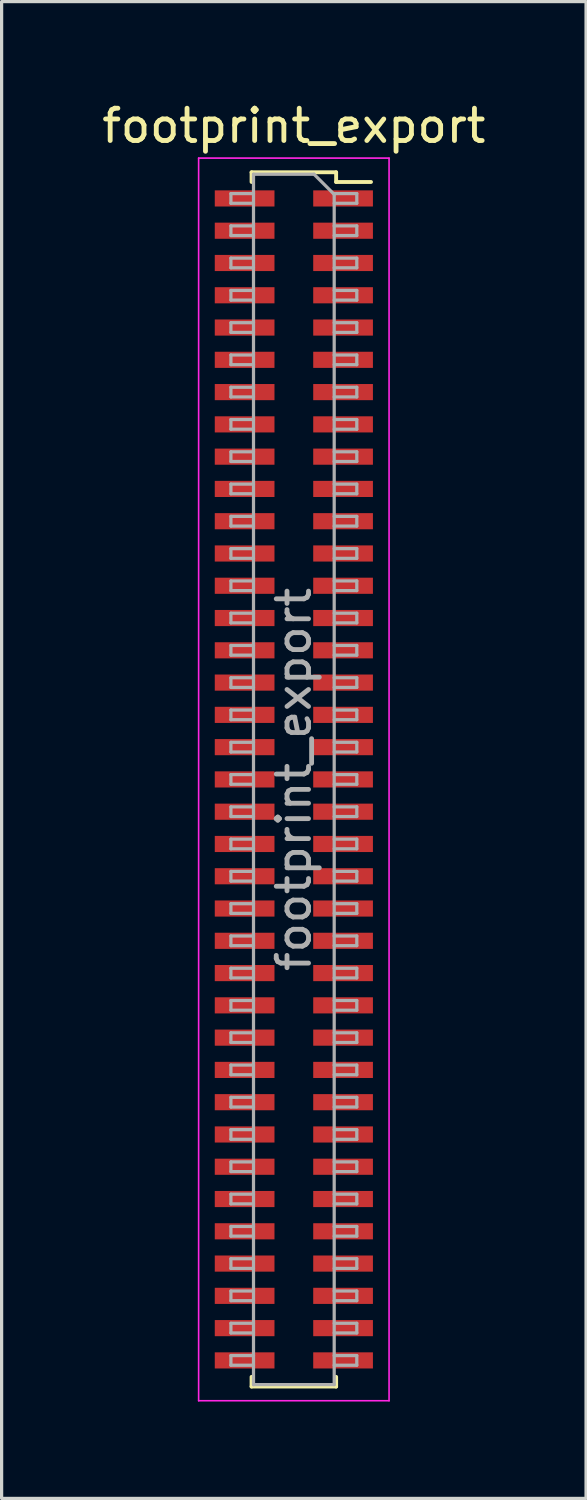
<source format=kicad_pcb>
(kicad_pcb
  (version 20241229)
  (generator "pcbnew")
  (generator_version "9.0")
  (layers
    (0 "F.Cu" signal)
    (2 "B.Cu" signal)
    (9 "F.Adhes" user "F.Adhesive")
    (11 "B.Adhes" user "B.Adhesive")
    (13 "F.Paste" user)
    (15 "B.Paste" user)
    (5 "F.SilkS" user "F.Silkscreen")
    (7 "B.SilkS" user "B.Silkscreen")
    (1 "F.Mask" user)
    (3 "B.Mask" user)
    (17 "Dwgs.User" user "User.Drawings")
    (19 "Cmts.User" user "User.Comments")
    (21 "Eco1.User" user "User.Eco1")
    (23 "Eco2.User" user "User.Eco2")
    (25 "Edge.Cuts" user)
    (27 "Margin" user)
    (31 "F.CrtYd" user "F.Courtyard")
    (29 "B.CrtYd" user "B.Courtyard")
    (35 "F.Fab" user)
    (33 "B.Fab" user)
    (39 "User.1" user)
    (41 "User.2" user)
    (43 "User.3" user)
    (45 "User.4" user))
  (footprint "footprint_export"
    (layer "F.Cu")
    (at 6.054 21.098)
    (property "Reference" "footprint_export" (at 0 -20.25 0) (layer "F.SilkS") (effects (font (size 1 1) (thickness 0.15))))
    (attr smd)
    (fp_line (start -1.31 -18.81) (end -1.31 -18.51) (stroke (width 0.12) (type solid)) (layer "F.SilkS"))
    (fp_line (start -1.31 -18.81) (end 1.31 -18.81) (stroke (width 0.12) (type solid)) (layer "F.SilkS"))
    (fp_line (start -1.31 18.51) (end -1.31 18.81) (stroke (width 0.12) (type solid)) (layer "F.SilkS"))
    (fp_line (start -1.31 18.81) (end 1.31 18.81) (stroke (width 0.12) (type solid)) (layer "F.SilkS"))
    (fp_line (start 1.31 -18.81) (end 1.31 -18.51) (stroke (width 0.12) (type solid)) (layer "F.SilkS"))
    (fp_line (start 1.31 -18.51) (end 2.39 -18.51) (stroke (width 0.12) (type solid)) (layer "F.SilkS"))
    (fp_line (start 1.31 18.51) (end 1.31 18.81) (stroke (width 0.12) (type solid)) (layer "F.SilkS"))
    (fp_line (start -2.95 -19.25) (end 2.95 -19.25) (stroke (width 0.05) (type solid)) (layer "F.CrtYd"))
    (fp_line (start -2.95 19.25) (end -2.95 -19.25) (stroke (width 0.05) (type solid)) (layer "F.CrtYd"))
    (fp_line (start 2.95 -19.25) (end 2.95 19.25) (stroke (width 0.05) (type solid)) (layer "F.CrtYd"))
    (fp_line (start 2.95 19.25) (end -2.95 19.25) (stroke (width 0.05) (type solid)) (layer "F.CrtYd"))
    (fp_line (start -1.95 -18.15) (end -1.25 -18.15) (stroke (width 0.1) (type solid)) (layer "F.Fab"))
    (fp_line (start -1.95 -17.85) (end -1.95 -18.15) (stroke (width 0.1) (type solid)) (layer "F.Fab"))
    (fp_line (start -1.95 -17.15) (end -1.25 -17.15) (stroke (width 0.1) (type solid)) (layer "F.Fab"))
    (fp_line (start -1.95 -16.85) (end -1.95 -17.15) (stroke (width 0.1) (type solid)) (layer "F.Fab"))
    (fp_line (start -1.95 -16.15) (end -1.25 -16.15) (stroke (width 0.1) (type solid)) (layer "F.Fab"))
    (fp_line (start -1.95 -15.85) (end -1.95 -16.15) (stroke (width 0.1) (type solid)) (layer "F.Fab"))
    (fp_line (start -1.95 -15.15) (end -1.25 -15.15) (stroke (width 0.1) (type solid)) (layer "F.Fab"))
    (fp_line (start -1.95 -14.85) (end -1.95 -15.15) (stroke (width 0.1) (type solid)) (layer "F.Fab"))
    (fp_line (start -1.95 -14.15) (end -1.25 -14.15) (stroke (width 0.1) (type solid)) (layer "F.Fab"))
    (fp_line (start -1.95 -13.85) (end -1.95 -14.15) (stroke (width 0.1) (type solid)) (layer "F.Fab"))
    (fp_line (start -1.95 -13.15) (end -1.25 -13.15) (stroke (width 0.1) (type solid)) (layer "F.Fab"))
    (fp_line (start -1.95 -12.85) (end -1.95 -13.15) (stroke (width 0.1) (type solid)) (layer "F.Fab"))
    (fp_line (start -1.95 -12.15) (end -1.25 -12.15) (stroke (width 0.1) (type solid)) (layer "F.Fab"))
    (fp_line (start -1.95 -11.85) (end -1.95 -12.15) (stroke (width 0.1) (type solid)) (layer "F.Fab"))
    (fp_line (start -1.95 -11.15) (end -1.25 -11.15) (stroke (width 0.1) (type solid)) (layer "F.Fab"))
    (fp_line (start -1.95 -10.85) (end -1.95 -11.15) (stroke (width 0.1) (type solid)) (layer "F.Fab"))
    (fp_line (start -1.95 -10.15) (end -1.25 -10.15) (stroke (width 0.1) (type solid)) (layer "F.Fab"))
    (fp_line (start -1.95 -9.85) (end -1.95 -10.15) (stroke (width 0.1) (type solid)) (layer "F.Fab"))
    (fp_line (start -1.95 -9.15) (end -1.25 -9.15) (stroke (width 0.1) (type solid)) (layer "F.Fab"))
    (fp_line (start -1.95 -8.85) (end -1.95 -9.15) (stroke (width 0.1) (type solid)) (layer "F.Fab"))
    (fp_line (start -1.95 -8.15) (end -1.25 -8.15) (stroke (width 0.1) (type solid)) (layer "F.Fab"))
    (fp_line (start -1.95 -7.85) (end -1.95 -8.15) (stroke (width 0.1) (type solid)) (layer "F.Fab"))
    (fp_line (start -1.95 -7.15) (end -1.25 -7.15) (stroke (width 0.1) (type solid)) (layer "F.Fab"))
    (fp_line (start -1.95 -6.85) (end -1.95 -7.15) (stroke (width 0.1) (type solid)) (layer "F.Fab"))
    (fp_line (start -1.95 -6.15) (end -1.25 -6.15) (stroke (width 0.1) (type solid)) (layer "F.Fab"))
    (fp_line (start -1.95 -5.85) (end -1.95 -6.15) (stroke (width 0.1) (type solid)) (layer "F.Fab"))
    (fp_line (start -1.95 -5.15) (end -1.25 -5.15) (stroke (width 0.1) (type solid)) (layer "F.Fab"))
    (fp_line (start -1.95 -4.85) (end -1.95 -5.15) (stroke (width 0.1) (type solid)) (layer "F.Fab"))
    (fp_line (start -1.95 -4.15) (end -1.25 -4.15) (stroke (width 0.1) (type solid)) (layer "F.Fab"))
    (fp_line (start -1.95 -3.85) (end -1.95 -4.15) (stroke (width 0.1) (type solid)) (layer "F.Fab"))
    (fp_line (start -1.95 -3.15) (end -1.25 -3.15) (stroke (width 0.1) (type solid)) (layer "F.Fab"))
    (fp_line (start -1.95 -2.85) (end -1.95 -3.15) (stroke (width 0.1) (type solid)) (layer "F.Fab"))
    (fp_line (start -1.95 -2.15) (end -1.25 -2.15) (stroke (width 0.1) (type solid)) (layer "F.Fab"))
    (fp_line (start -1.95 -1.85) (end -1.95 -2.15) (stroke (width 0.1) (type solid)) (layer "F.Fab"))
    (fp_line (start -1.95 -1.15) (end -1.25 -1.15) (stroke (width 0.1) (type solid)) (layer "F.Fab"))
    (fp_line (start -1.95 -0.85) (end -1.95 -1.15) (stroke (width 0.1) (type solid)) (layer "F.Fab"))
    (fp_line (start -1.95 -0.15) (end -1.25 -0.15) (stroke (width 0.1) (type solid)) (layer "F.Fab"))
    (fp_line (start -1.95 0.15) (end -1.95 -0.15) (stroke (width 0.1) (type solid)) (layer "F.Fab"))
    (fp_line (start -1.95 0.85) (end -1.25 0.85) (stroke (width 0.1) (type solid)) (layer "F.Fab"))
    (fp_line (start -1.95 1.15) (end -1.95 0.85) (stroke (width 0.1) (type solid)) (layer "F.Fab"))
    (fp_line (start -1.95 1.85) (end -1.25 1.85) (stroke (width 0.1) (type solid)) (layer "F.Fab"))
    (fp_line (start -1.95 2.15) (end -1.95 1.85) (stroke (width 0.1) (type solid)) (layer "F.Fab"))
    (fp_line (start -1.95 2.85) (end -1.25 2.85) (stroke (width 0.1) (type solid)) (layer "F.Fab"))
    (fp_line (start -1.95 3.15) (end -1.95 2.85) (stroke (width 0.1) (type solid)) (layer "F.Fab"))
    (fp_line (start -1.95 3.85) (end -1.25 3.85) (stroke (width 0.1) (type solid)) (layer "F.Fab"))
    (fp_line (start -1.95 4.15) (end -1.95 3.85) (stroke (width 0.1) (type solid)) (layer "F.Fab"))
    (fp_line (start -1.95 4.85) (end -1.25 4.85) (stroke (width 0.1) (type solid)) (layer "F.Fab"))
    (fp_line (start -1.95 5.15) (end -1.95 4.85) (stroke (width 0.1) (type solid)) (layer "F.Fab"))
    (fp_line (start -1.95 5.85) (end -1.25 5.85) (stroke (width 0.1) (type solid)) (layer "F.Fab"))
    (fp_line (start -1.95 6.15) (end -1.95 5.85) (stroke (width 0.1) (type solid)) (layer "F.Fab"))
    (fp_line (start -1.95 6.85) (end -1.25 6.85) (stroke (width 0.1) (type solid)) (layer "F.Fab"))
    (fp_line (start -1.95 7.15) (end -1.95 6.85) (stroke (width 0.1) (type solid)) (layer "F.Fab"))
    (fp_line (start -1.95 7.85) (end -1.25 7.85) (stroke (width 0.1) (type solid)) (layer "F.Fab"))
    (fp_line (start -1.95 8.15) (end -1.95 7.85) (stroke (width 0.1) (type solid)) (layer "F.Fab"))
    (fp_line (start -1.95 8.85) (end -1.25 8.85) (stroke (width 0.1) (type solid)) (layer "F.Fab"))
    (fp_line (start -1.95 9.15) (end -1.95 8.85) (stroke (width 0.1) (type solid)) (layer "F.Fab"))
    (fp_line (start -1.95 9.85) (end -1.25 9.85) (stroke (width 0.1) (type solid)) (layer "F.Fab"))
    (fp_line (start -1.95 10.15) (end -1.95 9.85) (stroke (width 0.1) (type solid)) (layer "F.Fab"))
    (fp_line (start -1.95 10.85) (end -1.25 10.85) (stroke (width 0.1) (type solid)) (layer "F.Fab"))
    (fp_line (start -1.95 11.15) (end -1.95 10.85) (stroke (width 0.1) (type solid)) (layer "F.Fab"))
    (fp_line (start -1.95 11.85) (end -1.25 11.85) (stroke (width 0.1) (type solid)) (layer "F.Fab"))
    (fp_line (start -1.95 12.15) (end -1.95 11.85) (stroke (width 0.1) (type solid)) (layer "F.Fab"))
    (fp_line (start -1.95 12.85) (end -1.25 12.85) (stroke (width 0.1) (type solid)) (layer "F.Fab"))
    (fp_line (start -1.95 13.15) (end -1.95 12.85) (stroke (width 0.1) (type solid)) (layer "F.Fab"))
    (fp_line (start -1.95 13.85) (end -1.25 13.85) (stroke (width 0.1) (type solid)) (layer "F.Fab"))
    (fp_line (start -1.95 14.15) (end -1.95 13.85) (stroke (width 0.1) (type solid)) (layer "F.Fab"))
    (fp_line (start -1.95 14.85) (end -1.25 14.85) (stroke (width 0.1) (type solid)) (layer "F.Fab"))
    (fp_line (start -1.95 15.15) (end -1.95 14.85) (stroke (width 0.1) (type solid)) (layer "F.Fab"))
    (fp_line (start -1.95 15.85) (end -1.25 15.85) (stroke (width 0.1) (type solid)) (layer "F.Fab"))
    (fp_line (start -1.95 16.15) (end -1.95 15.85) (stroke (width 0.1) (type solid)) (layer "F.Fab"))
    (fp_line (start -1.95 16.85) (end -1.25 16.85) (stroke (width 0.1) (type solid)) (layer "F.Fab"))
    (fp_line (start -1.95 17.15) (end -1.95 16.85) (stroke (width 0.1) (type solid)) (layer "F.Fab"))
    (fp_line (start -1.95 17.85) (end -1.25 17.85) (stroke (width 0.1) (type solid)) (layer "F.Fab"))
    (fp_line (start -1.95 18.15) (end -1.95 17.85) (stroke (width 0.1) (type solid)) (layer "F.Fab"))
    (fp_line (start -1.25 -18.75) (end 0.625 -18.75) (stroke (width 0.1) (type solid)) (layer "F.Fab"))
    (fp_line (start -1.25 -17.85) (end -1.95 -17.85) (stroke (width 0.1) (type solid)) (layer "F.Fab"))
    (fp_line (start -1.25 -16.85) (end -1.95 -16.85) (stroke (width 0.1) (type solid)) (layer "F.Fab"))
    (fp_line (start -1.25 -15.85) (end -1.95 -15.85) (stroke (width 0.1) (type solid)) (layer "F.Fab"))
    (fp_line (start -1.25 -14.85) (end -1.95 -14.85) (stroke (width 0.1) (type solid)) (layer "F.Fab"))
    (fp_line (start -1.25 -13.85) (end -1.95 -13.85) (stroke (width 0.1) (type solid)) (layer "F.Fab"))
    (fp_line (start -1.25 -12.85) (end -1.95 -12.85) (stroke (width 0.1) (type solid)) (layer "F.Fab"))
    (fp_line (start -1.25 -11.85) (end -1.95 -11.85) (stroke (width 0.1) (type solid)) (layer "F.Fab"))
    (fp_line (start -1.25 -10.85) (end -1.95 -10.85) (stroke (width 0.1) (type solid)) (layer "F.Fab"))
    (fp_line (start -1.25 -9.85) (end -1.95 -9.85) (stroke (width 0.1) (type solid)) (layer "F.Fab"))
    (fp_line (start -1.25 -8.85) (end -1.95 -8.85) (stroke (width 0.1) (type solid)) (layer "F.Fab"))
    (fp_line (start -1.25 -7.85) (end -1.95 -7.85) (stroke (width 0.1) (type solid)) (layer "F.Fab"))
    (fp_line (start -1.25 -6.85) (end -1.95 -6.85) (stroke (width 0.1) (type solid)) (layer "F.Fab"))
    (fp_line (start -1.25 -5.85) (end -1.95 -5.85) (stroke (width 0.1) (type solid)) (layer "F.Fab"))
    (fp_line (start -1.25 -4.85) (end -1.95 -4.85) (stroke (width 0.1) (type solid)) (layer "F.Fab"))
    (fp_line (start -1.25 -3.85) (end -1.95 -3.85) (stroke (width 0.1) (type solid)) (layer "F.Fab"))
    (fp_line (start -1.25 -2.85) (end -1.95 -2.85) (stroke (width 0.1) (type solid)) (layer "F.Fab"))
    (fp_line (start -1.25 -1.85) (end -1.95 -1.85) (stroke (width 0.1) (type solid)) (layer "F.Fab"))
    (fp_line (start -1.25 -0.85) (end -1.95 -0.85) (stroke (width 0.1) (type solid)) (layer "F.Fab"))
    (fp_line (start -1.25 0.15) (end -1.95 0.15) (stroke (width 0.1) (type solid)) (layer "F.Fab"))
    (fp_line (start -1.25 1.15) (end -1.95 1.15) (stroke (width 0.1) (type solid)) (layer "F.Fab"))
    (fp_line (start -1.25 2.15) (end -1.95 2.15) (stroke (width 0.1) (type solid)) (layer "F.Fab"))
    (fp_line (start -1.25 3.15) (end -1.95 3.15) (stroke (width 0.1) (type solid)) (layer "F.Fab"))
    (fp_line (start -1.25 4.15) (end -1.95 4.15) (stroke (width 0.1) (type solid)) (layer "F.Fab"))
    (fp_line (start -1.25 5.15) (end -1.95 5.15) (stroke (width 0.1) (type solid)) (layer "F.Fab"))
    (fp_line (start -1.25 6.15) (end -1.95 6.15) (stroke (width 0.1) (type solid)) (layer "F.Fab"))
    (fp_line (start -1.25 7.15) (end -1.95 7.15) (stroke (width 0.1) (type solid)) (layer "F.Fab"))
    (fp_line (start -1.25 8.15) (end -1.95 8.15) (stroke (width 0.1) (type solid)) (layer "F.Fab"))
    (fp_line (start -1.25 9.15) (end -1.95 9.15) (stroke (width 0.1) (type solid)) (layer "F.Fab"))
    (fp_line (start -1.25 10.15) (end -1.95 10.15) (stroke (width 0.1) (type solid)) (layer "F.Fab"))
    (fp_line (start -1.25 11.15) (end -1.95 11.15) (stroke (width 0.1) (type solid)) (layer "F.Fab"))
    (fp_line (start -1.25 12.15) (end -1.95 12.15) (stroke (width 0.1) (type solid)) (layer "F.Fab"))
    (fp_line (start -1.25 13.15) (end -1.95 13.15) (stroke (width 0.1) (type solid)) (layer "F.Fab"))
    (fp_line (start -1.25 14.15) (end -1.95 14.15) (stroke (width 0.1) (type solid)) (layer "F.Fab"))
    (fp_line (start -1.25 15.15) (end -1.95 15.15) (stroke (width 0.1) (type solid)) (layer "F.Fab"))
    (fp_line (start -1.25 16.15) (end -1.95 16.15) (stroke (width 0.1) (type solid)) (layer "F.Fab"))
    (fp_line (start -1.25 17.15) (end -1.95 17.15) (stroke (width 0.1) (type solid)) (layer "F.Fab"))
    (fp_line (start -1.25 18.15) (end -1.95 18.15) (stroke (width 0.1) (type solid)) (layer "F.Fab"))
    (fp_line (start -1.25 18.75) (end -1.25 -18.75) (stroke (width 0.1) (type solid)) (layer "F.Fab"))
    (fp_line (start 0.625 -18.75) (end 1.25 -18.125) (stroke (width 0.1) (type solid)) (layer "F.Fab"))
    (fp_line (start 1.25 -18.15) (end 1.95 -18.15) (stroke (width 0.1) (type solid)) (layer "F.Fab"))
    (fp_line (start 1.25 -18.125) (end 1.25 18.75) (stroke (width 0.1) (type solid)) (layer "F.Fab"))
    (fp_line (start 1.25 -17.15) (end 1.95 -17.15) (stroke (width 0.1) (type solid)) (layer "F.Fab"))
    (fp_line (start 1.25 -16.15) (end 1.95 -16.15) (stroke (width 0.1) (type solid)) (layer "F.Fab"))
    (fp_line (start 1.25 -15.15) (end 1.95 -15.15) (stroke (width 0.1) (type solid)) (layer "F.Fab"))
    (fp_line (start 1.25 -14.15) (end 1.95 -14.15) (stroke (width 0.1) (type solid)) (layer "F.Fab"))
    (fp_line (start 1.25 -13.15) (end 1.95 -13.15) (stroke (width 0.1) (type solid)) (layer "F.Fab"))
    (fp_line (start 1.25 -12.15) (end 1.95 -12.15) (stroke (width 0.1) (type solid)) (layer "F.Fab"))
    (fp_line (start 1.25 -11.15) (end 1.95 -11.15) (stroke (width 0.1) (type solid)) (layer "F.Fab"))
    (fp_line (start 1.25 -10.15) (end 1.95 -10.15) (stroke (width 0.1) (type solid)) (layer "F.Fab"))
    (fp_line (start 1.25 -9.15) (end 1.95 -9.15) (stroke (width 0.1) (type solid)) (layer "F.Fab"))
    (fp_line (start 1.25 -8.15) (end 1.95 -8.15) (stroke (width 0.1) (type solid)) (layer "F.Fab"))
    (fp_line (start 1.25 -7.15) (end 1.95 -7.15) (stroke (width 0.1) (type solid)) (layer "F.Fab"))
    (fp_line (start 1.25 -6.15) (end 1.95 -6.15) (stroke (width 0.1) (type solid)) (layer "F.Fab"))
    (fp_line (start 1.25 -5.15) (end 1.95 -5.15) (stroke (width 0.1) (type solid)) (layer "F.Fab"))
    (fp_line (start 1.25 -4.15) (end 1.95 -4.15) (stroke (width 0.1) (type solid)) (layer "F.Fab"))
    (fp_line (start 1.25 -3.15) (end 1.95 -3.15) (stroke (width 0.1) (type solid)) (layer "F.Fab"))
    (fp_line (start 1.25 -2.15) (end 1.95 -2.15) (stroke (width 0.1) (type solid)) (layer "F.Fab"))
    (fp_line (start 1.25 -1.15) (end 1.95 -1.15) (stroke (width 0.1) (type solid)) (layer "F.Fab"))
    (fp_line (start 1.25 -0.15) (end 1.95 -0.15) (stroke (width 0.1) (type solid)) (layer "F.Fab"))
    (fp_line (start 1.25 0.85) (end 1.95 0.85) (stroke (width 0.1) (type solid)) (layer "F.Fab"))
    (fp_line (start 1.25 1.85) (end 1.95 1.85) (stroke (width 0.1) (type solid)) (layer "F.Fab"))
    (fp_line (start 1.25 2.85) (end 1.95 2.85) (stroke (width 0.1) (type solid)) (layer "F.Fab"))
    (fp_line (start 1.25 3.85) (end 1.95 3.85) (stroke (width 0.1) (type solid)) (layer "F.Fab"))
    (fp_line (start 1.25 4.85) (end 1.95 4.85) (stroke (width 0.1) (type solid)) (layer "F.Fab"))
    (fp_line (start 1.25 5.85) (end 1.95 5.85) (stroke (width 0.1) (type solid)) (layer "F.Fab"))
    (fp_line (start 1.25 6.85) (end 1.95 6.85) (stroke (width 0.1) (type solid)) (layer "F.Fab"))
    (fp_line (start 1.25 7.85) (end 1.95 7.85) (stroke (width 0.1) (type solid)) (layer "F.Fab"))
    (fp_line (start 1.25 8.85) (end 1.95 8.85) (stroke (width 0.1) (type solid)) (layer "F.Fab"))
    (fp_line (start 1.25 9.85) (end 1.95 9.85) (stroke (width 0.1) (type solid)) (layer "F.Fab"))
    (fp_line (start 1.25 10.85) (end 1.95 10.85) (stroke (width 0.1) (type solid)) (layer "F.Fab"))
    (fp_line (start 1.25 11.85) (end 1.95 11.85) (stroke (width 0.1) (type solid)) (layer "F.Fab"))
    (fp_line (start 1.25 12.85) (end 1.95 12.85) (stroke (width 0.1) (type solid)) (layer "F.Fab"))
    (fp_line (start 1.25 13.85) (end 1.95 13.85) (stroke (width 0.1) (type solid)) (layer "F.Fab"))
    (fp_line (start 1.25 14.85) (end 1.95 14.85) (stroke (width 0.1) (type solid)) (layer "F.Fab"))
    (fp_line (start 1.25 15.85) (end 1.95 15.85) (stroke (width 0.1) (type solid)) (layer "F.Fab"))
    (fp_line (start 1.25 16.85) (end 1.95 16.85) (stroke (width 0.1) (type solid)) (layer "F.Fab"))
    (fp_line (start 1.25 17.85) (end 1.95 17.85) (stroke (width 0.1) (type solid)) (layer "F.Fab"))
    (fp_line (start 1.25 18.75) (end -1.25 18.75) (stroke (width 0.1) (type solid)) (layer "F.Fab"))
    (fp_line (start 1.95 -18.15) (end 1.95 -17.85) (stroke (width 0.1) (type solid)) (layer "F.Fab"))
    (fp_line (start 1.95 -17.85) (end 1.25 -17.85) (stroke (width 0.1) (type solid)) (layer "F.Fab"))
    (fp_line (start 1.95 -17.15) (end 1.95 -16.85) (stroke (width 0.1) (type solid)) (layer "F.Fab"))
    (fp_line (start 1.95 -16.85) (end 1.25 -16.85) (stroke (width 0.1) (type solid)) (layer "F.Fab"))
    (fp_line (start 1.95 -16.15) (end 1.95 -15.85) (stroke (width 0.1) (type solid)) (layer "F.Fab"))
    (fp_line (start 1.95 -15.85) (end 1.25 -15.85) (stroke (width 0.1) (type solid)) (layer "F.Fab"))
    (fp_line (start 1.95 -15.15) (end 1.95 -14.85) (stroke (width 0.1) (type solid)) (layer "F.Fab"))
    (fp_line (start 1.95 -14.85) (end 1.25 -14.85) (stroke (width 0.1) (type solid)) (layer "F.Fab"))
    (fp_line (start 1.95 -14.15) (end 1.95 -13.85) (stroke (width 0.1) (type solid)) (layer "F.Fab"))
    (fp_line (start 1.95 -13.85) (end 1.25 -13.85) (stroke (width 0.1) (type solid)) (layer "F.Fab"))
    (fp_line (start 1.95 -13.15) (end 1.95 -12.85) (stroke (width 0.1) (type solid)) (layer "F.Fab"))
    (fp_line (start 1.95 -12.85) (end 1.25 -12.85) (stroke (width 0.1) (type solid)) (layer "F.Fab"))
    (fp_line (start 1.95 -12.15) (end 1.95 -11.85) (stroke (width 0.1) (type solid)) (layer "F.Fab"))
    (fp_line (start 1.95 -11.85) (end 1.25 -11.85) (stroke (width 0.1) (type solid)) (layer "F.Fab"))
    (fp_line (start 1.95 -11.15) (end 1.95 -10.85) (stroke (width 0.1) (type solid)) (layer "F.Fab"))
    (fp_line (start 1.95 -10.85) (end 1.25 -10.85) (stroke (width 0.1) (type solid)) (layer "F.Fab"))
    (fp_line (start 1.95 -10.15) (end 1.95 -9.85) (stroke (width 0.1) (type solid)) (layer "F.Fab"))
    (fp_line (start 1.95 -9.85) (end 1.25 -9.85) (stroke (width 0.1) (type solid)) (layer "F.Fab"))
    (fp_line (start 1.95 -9.15) (end 1.95 -8.85) (stroke (width 0.1) (type solid)) (layer "F.Fab"))
    (fp_line (start 1.95 -8.85) (end 1.25 -8.85) (stroke (width 0.1) (type solid)) (layer "F.Fab"))
    (fp_line (start 1.95 -8.15) (end 1.95 -7.85) (stroke (width 0.1) (type solid)) (layer "F.Fab"))
    (fp_line (start 1.95 -7.85) (end 1.25 -7.85) (stroke (width 0.1) (type solid)) (layer "F.Fab"))
    (fp_line (start 1.95 -7.15) (end 1.95 -6.85) (stroke (width 0.1) (type solid)) (layer "F.Fab"))
    (fp_line (start 1.95 -6.85) (end 1.25 -6.85) (stroke (width 0.1) (type solid)) (layer "F.Fab"))
    (fp_line (start 1.95 -6.15) (end 1.95 -5.85) (stroke (width 0.1) (type solid)) (layer "F.Fab"))
    (fp_line (start 1.95 -5.85) (end 1.25 -5.85) (stroke (width 0.1) (type solid)) (layer "F.Fab"))
    (fp_line (start 1.95 -5.15) (end 1.95 -4.85) (stroke (width 0.1) (type solid)) (layer "F.Fab"))
    (fp_line (start 1.95 -4.85) (end 1.25 -4.85) (stroke (width 0.1) (type solid)) (layer "F.Fab"))
    (fp_line (start 1.95 -4.15) (end 1.95 -3.85) (stroke (width 0.1) (type solid)) (layer "F.Fab"))
    (fp_line (start 1.95 -3.85) (end 1.25 -3.85) (stroke (width 0.1) (type solid)) (layer "F.Fab"))
    (fp_line (start 1.95 -3.15) (end 1.95 -2.85) (stroke (width 0.1) (type solid)) (layer "F.Fab"))
    (fp_line (start 1.95 -2.85) (end 1.25 -2.85) (stroke (width 0.1) (type solid)) (layer "F.Fab"))
    (fp_line (start 1.95 -2.15) (end 1.95 -1.85) (stroke (width 0.1) (type solid)) (layer "F.Fab"))
    (fp_line (start 1.95 -1.85) (end 1.25 -1.85) (stroke (width 0.1) (type solid)) (layer "F.Fab"))
    (fp_line (start 1.95 -1.15) (end 1.95 -0.85) (stroke (width 0.1) (type solid)) (layer "F.Fab"))
    (fp_line (start 1.95 -0.85) (end 1.25 -0.85) (stroke (width 0.1) (type solid)) (layer "F.Fab"))
    (fp_line (start 1.95 -0.15) (end 1.95 0.15) (stroke (width 0.1) (type solid)) (layer "F.Fab"))
    (fp_line (start 1.95 0.15) (end 1.25 0.15) (stroke (width 0.1) (type solid)) (layer "F.Fab"))
    (fp_line (start 1.95 0.85) (end 1.95 1.15) (stroke (width 0.1) (type solid)) (layer "F.Fab"))
    (fp_line (start 1.95 1.15) (end 1.25 1.15) (stroke (width 0.1) (type solid)) (layer "F.Fab"))
    (fp_line (start 1.95 1.85) (end 1.95 2.15) (stroke (width 0.1) (type solid)) (layer "F.Fab"))
    (fp_line (start 1.95 2.15) (end 1.25 2.15) (stroke (width 0.1) (type solid)) (layer "F.Fab"))
    (fp_line (start 1.95 2.85) (end 1.95 3.15) (stroke (width 0.1) (type solid)) (layer "F.Fab"))
    (fp_line (start 1.95 3.15) (end 1.25 3.15) (stroke (width 0.1) (type solid)) (layer "F.Fab"))
    (fp_line (start 1.95 3.85) (end 1.95 4.15) (stroke (width 0.1) (type solid)) (layer "F.Fab"))
    (fp_line (start 1.95 4.15) (end 1.25 4.15) (stroke (width 0.1) (type solid)) (layer "F.Fab"))
    (fp_line (start 1.95 4.85) (end 1.95 5.15) (stroke (width 0.1) (type solid)) (layer "F.Fab"))
    (fp_line (start 1.95 5.15) (end 1.25 5.15) (stroke (width 0.1) (type solid)) (layer "F.Fab"))
    (fp_line (start 1.95 5.85) (end 1.95 6.15) (stroke (width 0.1) (type solid)) (layer "F.Fab"))
    (fp_line (start 1.95 6.15) (end 1.25 6.15) (stroke (width 0.1) (type solid)) (layer "F.Fab"))
    (fp_line (start 1.95 6.85) (end 1.95 7.15) (stroke (width 0.1) (type solid)) (layer "F.Fab"))
    (fp_line (start 1.95 7.15) (end 1.25 7.15) (stroke (width 0.1) (type solid)) (layer "F.Fab"))
    (fp_line (start 1.95 7.85) (end 1.95 8.15) (stroke (width 0.1) (type solid)) (layer "F.Fab"))
    (fp_line (start 1.95 8.15) (end 1.25 8.15) (stroke (width 0.1) (type solid)) (layer "F.Fab"))
    (fp_line (start 1.95 8.85) (end 1.95 9.15) (stroke (width 0.1) (type solid)) (layer "F.Fab"))
    (fp_line (start 1.95 9.15) (end 1.25 9.15) (stroke (width 0.1) (type solid)) (layer "F.Fab"))
    (fp_line (start 1.95 9.85) (end 1.95 10.15) (stroke (width 0.1) (type solid)) (layer "F.Fab"))
    (fp_line (start 1.95 10.15) (end 1.25 10.15) (stroke (width 0.1) (type solid)) (layer "F.Fab"))
    (fp_line (start 1.95 10.85) (end 1.95 11.15) (stroke (width 0.1) (type solid)) (layer "F.Fab"))
    (fp_line (start 1.95 11.15) (end 1.25 11.15) (stroke (width 0.1) (type solid)) (layer "F.Fab"))
    (fp_line (start 1.95 11.85) (end 1.95 12.15) (stroke (width 0.1) (type solid)) (layer "F.Fab"))
    (fp_line (start 1.95 12.15) (end 1.25 12.15) (stroke (width 0.1) (type solid)) (layer "F.Fab"))
    (fp_line (start 1.95 12.85) (end 1.95 13.15) (stroke (width 0.1) (type solid)) (layer "F.Fab"))
    (fp_line (start 1.95 13.15) (end 1.25 13.15) (stroke (width 0.1) (type solid)) (layer "F.Fab"))
    (fp_line (start 1.95 13.85) (end 1.95 14.15) (stroke (width 0.1) (type solid)) (layer "F.Fab"))
    (fp_line (start 1.95 14.15) (end 1.25 14.15) (stroke (width 0.1) (type solid)) (layer "F.Fab"))
    (fp_line (start 1.95 14.85) (end 1.95 15.15) (stroke (width 0.1) (type solid)) (layer "F.Fab"))
    (fp_line (start 1.95 15.15) (end 1.25 15.15) (stroke (width 0.1) (type solid)) (layer "F.Fab"))
    (fp_line (start 1.95 15.85) (end 1.95 16.15) (stroke (width 0.1) (type solid)) (layer "F.Fab"))
    (fp_line (start 1.95 16.15) (end 1.25 16.15) (stroke (width 0.1) (type solid)) (layer "F.Fab"))
    (fp_line (start 1.95 16.85) (end 1.95 17.15) (stroke (width 0.1) (type solid)) (layer "F.Fab"))
    (fp_line (start 1.95 17.15) (end 1.25 17.15) (stroke (width 0.1) (type solid)) (layer "F.Fab"))
    (fp_line (start 1.95 17.85) (end 1.95 18.15) (stroke (width 0.1) (type solid)) (layer "F.Fab"))
    (fp_line (start 1.95 18.15) (end 1.25 18.15) (stroke (width 0.1) (type solid)) (layer "F.Fab"))
    (fp_text user "${REFERENCE}" (at 0 0 90) (layer "F.Fab") (effects (font (size 1 1) (thickness 0.15))))
    (pad "1" smd rect (at 1.525 -18) (size 1.85 0.5) (layers "F.Cu" "F.Mask" "F.Paste"))
    (pad "2" smd rect (at -1.525 -18) (size 1.85 0.5) (layers "F.Cu" "F.Mask" "F.Paste"))
    (pad "3" smd rect (at 1.525 -17) (size 1.85 0.5) (layers "F.Cu" "F.Mask" "F.Paste"))
    (pad "4" smd rect (at -1.525 -17) (size 1.85 0.5) (layers "F.Cu" "F.Mask" "F.Paste"))
    (pad "5" smd rect (at 1.525 -16) (size 1.85 0.5) (layers "F.Cu" "F.Mask" "F.Paste"))
    (pad "6" smd rect (at -1.525 -16) (size 1.85 0.5) (layers "F.Cu" "F.Mask" "F.Paste"))
    (pad "7" smd rect (at 1.525 -15) (size 1.85 0.5) (layers "F.Cu" "F.Mask" "F.Paste"))
    (pad "8" smd rect (at -1.525 -15) (size 1.85 0.5) (layers "F.Cu" "F.Mask" "F.Paste"))
    (pad "9" smd rect (at 1.525 -14) (size 1.85 0.5) (layers "F.Cu" "F.Mask" "F.Paste"))
    (pad "10" smd rect (at -1.525 -14) (size 1.85 0.5) (layers "F.Cu" "F.Mask" "F.Paste"))
    (pad "11" smd rect (at 1.525 -13) (size 1.85 0.5) (layers "F.Cu" "F.Mask" "F.Paste"))
    (pad "12" smd rect (at -1.525 -13) (size 1.85 0.5) (layers "F.Cu" "F.Mask" "F.Paste"))
    (pad "13" smd rect (at 1.525 -12) (size 1.85 0.5) (layers "F.Cu" "F.Mask" "F.Paste"))
    (pad "14" smd rect (at -1.525 -12) (size 1.85 0.5) (layers "F.Cu" "F.Mask" "F.Paste"))
    (pad "15" smd rect (at 1.525 -11) (size 1.85 0.5) (layers "F.Cu" "F.Mask" "F.Paste"))
    (pad "16" smd rect (at -1.525 -11) (size 1.85 0.5) (layers "F.Cu" "F.Mask" "F.Paste"))
    (pad "17" smd rect (at 1.525 -10) (size 1.85 0.5) (layers "F.Cu" "F.Mask" "F.Paste"))
    (pad "18" smd rect (at -1.525 -10) (size 1.85 0.5) (layers "F.Cu" "F.Mask" "F.Paste"))
    (pad "19" smd rect (at 1.525 -9) (size 1.85 0.5) (layers "F.Cu" "F.Mask" "F.Paste"))
    (pad "20" smd rect (at -1.525 -9) (size 1.85 0.5) (layers "F.Cu" "F.Mask" "F.Paste"))
    (pad "21" smd rect (at 1.525 -8) (size 1.85 0.5) (layers "F.Cu" "F.Mask" "F.Paste"))
    (pad "22" smd rect (at -1.525 -8) (size 1.85 0.5) (layers "F.Cu" "F.Mask" "F.Paste"))
    (pad "23" smd rect (at 1.525 -7) (size 1.85 0.5) (layers "F.Cu" "F.Mask" "F.Paste"))
    (pad "24" smd rect (at -1.525 -7) (size 1.85 0.5) (layers "F.Cu" "F.Mask" "F.Paste"))
    (pad "25" smd rect (at 1.525 -6) (size 1.85 0.5) (layers "F.Cu" "F.Mask" "F.Paste"))
    (pad "26" smd rect (at -1.525 -6) (size 1.85 0.5) (layers "F.Cu" "F.Mask" "F.Paste"))
    (pad "27" smd rect (at 1.525 -5) (size 1.85 0.5) (layers "F.Cu" "F.Mask" "F.Paste"))
    (pad "28" smd rect (at -1.525 -5) (size 1.85 0.5) (layers "F.Cu" "F.Mask" "F.Paste"))
    (pad "29" smd rect (at 1.525 -4) (size 1.85 0.5) (layers "F.Cu" "F.Mask" "F.Paste"))
    (pad "30" smd rect (at -1.525 -4) (size 1.85 0.5) (layers "F.Cu" "F.Mask" "F.Paste"))
    (pad "31" smd rect (at 1.525 -3) (size 1.85 0.5) (layers "F.Cu" "F.Mask" "F.Paste"))
    (pad "32" smd rect (at -1.525 -3) (size 1.85 0.5) (layers "F.Cu" "F.Mask" "F.Paste"))
    (pad "33" smd rect (at 1.525 -2) (size 1.85 0.5) (layers "F.Cu" "F.Mask" "F.Paste"))
    (pad "34" smd rect (at -1.525 -2) (size 1.85 0.5) (layers "F.Cu" "F.Mask" "F.Paste"))
    (pad "35" smd rect (at 1.525 -1) (size 1.85 0.5) (layers "F.Cu" "F.Mask" "F.Paste"))
    (pad "36" smd rect (at -1.525 -1) (size 1.85 0.5) (layers "F.Cu" "F.Mask" "F.Paste"))
    (pad "37" smd rect (at 1.525 0) (size 1.85 0.5) (layers "F.Cu" "F.Mask" "F.Paste"))
    (pad "38" smd rect (at -1.525 0) (size 1.85 0.5) (layers "F.Cu" "F.Mask" "F.Paste"))
    (pad "39" smd rect (at 1.525 1) (size 1.85 0.5) (layers "F.Cu" "F.Mask" "F.Paste"))
    (pad "40" smd rect (at -1.525 1) (size 1.85 0.5) (layers "F.Cu" "F.Mask" "F.Paste"))
    (pad "41" smd rect (at 1.525 2) (size 1.85 0.5) (layers "F.Cu" "F.Mask" "F.Paste"))
    (pad "42" smd rect (at -1.525 2) (size 1.85 0.5) (layers "F.Cu" "F.Mask" "F.Paste"))
    (pad "43" smd rect (at 1.525 3) (size 1.85 0.5) (layers "F.Cu" "F.Mask" "F.Paste"))
    (pad "44" smd rect (at -1.525 3) (size 1.85 0.5) (layers "F.Cu" "F.Mask" "F.Paste"))
    (pad "45" smd rect (at 1.525 4) (size 1.85 0.5) (layers "F.Cu" "F.Mask" "F.Paste"))
    (pad "46" smd rect (at -1.525 4) (size 1.85 0.5) (layers "F.Cu" "F.Mask" "F.Paste"))
    (pad "47" smd rect (at 1.525 5) (size 1.85 0.5) (layers "F.Cu" "F.Mask" "F.Paste"))
    (pad "48" smd rect (at -1.525 5) (size 1.85 0.5) (layers "F.Cu" "F.Mask" "F.Paste"))
    (pad "49" smd rect (at 1.525 6) (size 1.85 0.5) (layers "F.Cu" "F.Mask" "F.Paste"))
    (pad "50" smd rect (at -1.525 6) (size 1.85 0.5) (layers "F.Cu" "F.Mask" "F.Paste"))
    (pad "51" smd rect (at 1.525 7) (size 1.85 0.5) (layers "F.Cu" "F.Mask" "F.Paste"))
    (pad "52" smd rect (at -1.525 7) (size 1.85 0.5) (layers "F.Cu" "F.Mask" "F.Paste"))
    (pad "53" smd rect (at 1.525 8) (size 1.85 0.5) (layers "F.Cu" "F.Mask" "F.Paste"))
    (pad "54" smd rect (at -1.525 8) (size 1.85 0.5) (layers "F.Cu" "F.Mask" "F.Paste"))
    (pad "55" smd rect (at 1.525 9) (size 1.85 0.5) (layers "F.Cu" "F.Mask" "F.Paste"))
    (pad "56" smd rect (at -1.525 9) (size 1.85 0.5) (layers "F.Cu" "F.Mask" "F.Paste"))
    (pad "57" smd rect (at 1.525 10) (size 1.85 0.5) (layers "F.Cu" "F.Mask" "F.Paste"))
    (pad "58" smd rect (at -1.525 10) (size 1.85 0.5) (layers "F.Cu" "F.Mask" "F.Paste"))
    (pad "59" smd rect (at 1.525 11) (size 1.85 0.5) (layers "F.Cu" "F.Mask" "F.Paste"))
    (pad "60" smd rect (at -1.525 11) (size 1.85 0.5) (layers "F.Cu" "F.Mask" "F.Paste"))
    (pad "61" smd rect (at 1.525 12) (size 1.85 0.5) (layers "F.Cu" "F.Mask" "F.Paste"))
    (pad "62" smd rect (at -1.525 12) (size 1.85 0.5) (layers "F.Cu" "F.Mask" "F.Paste"))
    (pad "63" smd rect (at 1.525 13) (size 1.85 0.5) (layers "F.Cu" "F.Mask" "F.Paste"))
    (pad "64" smd rect (at -1.525 13) (size 1.85 0.5) (layers "F.Cu" "F.Mask" "F.Paste"))
    (pad "65" smd rect (at 1.525 14) (size 1.85 0.5) (layers "F.Cu" "F.Mask" "F.Paste"))
    (pad "66" smd rect (at -1.525 14) (size 1.85 0.5) (layers "F.Cu" "F.Mask" "F.Paste"))
    (pad "67" smd rect (at 1.525 15) (size 1.85 0.5) (layers "F.Cu" "F.Mask" "F.Paste"))
    (pad "68" smd rect (at -1.525 15) (size 1.85 0.5) (layers "F.Cu" "F.Mask" "F.Paste"))
    (pad "69" smd rect (at 1.525 16) (size 1.85 0.5) (layers "F.Cu" "F.Mask" "F.Paste"))
    (pad "70" smd rect (at -1.525 16) (size 1.85 0.5) (layers "F.Cu" "F.Mask" "F.Paste"))
    (pad "71" smd rect (at 1.525 17) (size 1.85 0.5) (layers "F.Cu" "F.Mask" "F.Paste"))
    (pad "72" smd rect (at -1.525 17) (size 1.85 0.5) (layers "F.Cu" "F.Mask" "F.Paste"))
    (pad "73" smd rect (at 1.525 18) (size 1.85 0.5) (layers "F.Cu" "F.Mask" "F.Paste"))
    (pad "74" smd rect (at -1.525 18) (size 1.85 0.5) (layers "F.Cu" "F.Mask" "F.Paste")))
  (gr_rect
    (start -3 -3)
    (end 15.107 43.373)
    (stroke (width 0.1) (type default))
    (fill no)
    (layer "Edge.Cuts")))
</source>
